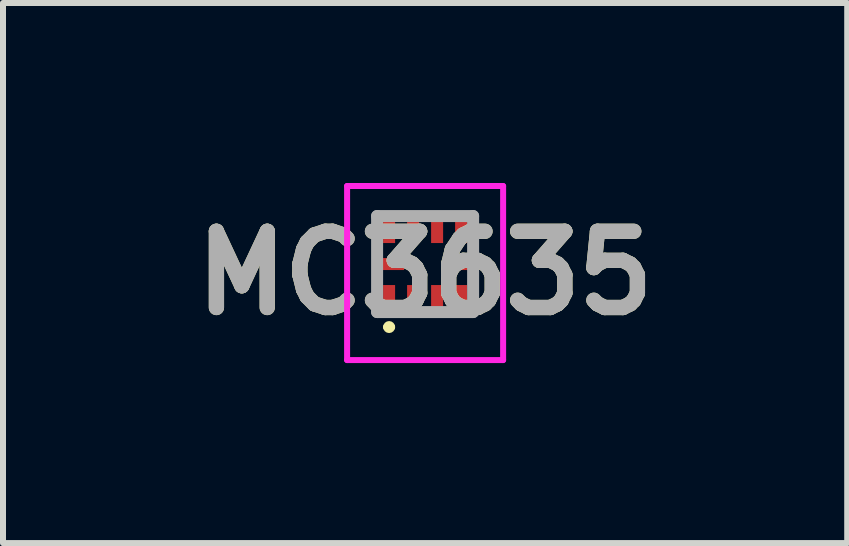
<source format=kicad_pcb>
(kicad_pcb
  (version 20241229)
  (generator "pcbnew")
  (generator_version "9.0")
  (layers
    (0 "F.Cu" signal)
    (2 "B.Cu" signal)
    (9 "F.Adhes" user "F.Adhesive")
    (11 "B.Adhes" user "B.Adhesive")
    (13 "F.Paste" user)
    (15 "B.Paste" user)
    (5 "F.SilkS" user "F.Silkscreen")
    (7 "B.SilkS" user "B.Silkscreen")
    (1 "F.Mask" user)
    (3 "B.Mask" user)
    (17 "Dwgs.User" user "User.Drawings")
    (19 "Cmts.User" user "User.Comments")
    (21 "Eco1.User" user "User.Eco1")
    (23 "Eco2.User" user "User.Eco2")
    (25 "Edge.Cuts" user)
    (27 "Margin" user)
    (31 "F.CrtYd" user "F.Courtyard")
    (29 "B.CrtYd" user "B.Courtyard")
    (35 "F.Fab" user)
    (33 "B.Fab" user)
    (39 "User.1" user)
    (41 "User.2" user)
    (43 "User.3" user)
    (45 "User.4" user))
  (footprint "MC3635"
    (layer "F.Cu")
    (at 4.034 1.35)
    (property "Reference" "MC3635" (at 0 0.15 0) (layer "F.SilkS") (effects (font (size 1.27 1.27) (thickness 0.254))))
    (attr smd)
    (fp_line (start -0.65 1.05) (end -0.65 1.05) (stroke (width 0.1) (type solid)) (layer "F.SilkS"))
    (fp_line (start -0.55 1.05) (end -0.55 1.05) (stroke (width 0.1) (type solid)) (layer "F.SilkS"))
    (fp_arc (start -0.65 1.05) (mid -0.6 1) (end -0.55 1.05) (stroke (width 0.1) (type solid)) (layer "F.SilkS"))
    (fp_arc (start -0.55 1.05) (mid -0.6 1.1) (end -0.65 1.05) (stroke (width 0.1) (type solid)) (layer "F.SilkS"))
    (fp_line (start -1.3 -1.3) (end 1.3 -1.3) (stroke (width 0.1) (type solid)) (layer "F.CrtYd"))
    (fp_line (start -1.3 1.6) (end -1.3 -1.3) (stroke (width 0.1) (type solid)) (layer "F.CrtYd"))
    (fp_line (start 1.3 -1.3) (end 1.3 1.6) (stroke (width 0.1) (type solid)) (layer "F.CrtYd"))
    (fp_line (start 1.3 1.6) (end -1.3 1.6) (stroke (width 0.1) (type solid)) (layer "F.CrtYd"))
    (fp_line (start -0.8 -0.8) (end 0.8 -0.8) (stroke (width 0.2) (type solid)) (layer "F.Fab"))
    (fp_line (start -0.8 0.8) (end -0.8 -0.8) (stroke (width 0.2) (type solid)) (layer "F.Fab"))
    (fp_line (start 0.8 -0.8) (end 0.8 0.8) (stroke (width 0.2) (type solid)) (layer "F.Fab"))
    (fp_line (start 0.8 0.8) (end -0.8 0.8) (stroke (width 0.2) (type solid)) (layer "F.Fab"))
    (fp_text user "${REFERENCE}" (at 0 0.15 0) (layer "F.Fab") (effects (font (size 1.27 1.27) (thickness 0.254))))
    (pad "1" smd rect (at -0.6 0.55) (size 0.2 0.4) (layers "F.Cu" "F.Mask" "F.Paste"))
    (pad "2" smd rect (at -0.2 0.55) (size 0.2 0.4) (layers "F.Cu" "F.Mask" "F.Paste"))
    (pad "3" smd rect (at 0.2 0.55) (size 0.2 0.4) (layers "F.Cu" "F.Mask" "F.Paste"))
    (pad "4" smd rect (at 0.6 0.55) (size 0.2 0.4) (layers "F.Cu" "F.Mask" "F.Paste"))
    (pad "5" smd rect (at 0.55 0 90) (size 0.2 0.4) (layers "F.Cu" "F.Mask" "F.Paste"))
    (pad "6" smd rect (at 0.6 -0.55) (size 0.2 0.4) (layers "F.Cu" "F.Mask" "F.Paste"))
    (pad "7" smd rect (at 0.2 -0.55) (size 0.2 0.4) (layers "F.Cu" "F.Mask" "F.Paste"))
    (pad "8" smd rect (at -0.2 -0.55) (size 0.2 0.4) (layers "F.Cu" "F.Mask" "F.Paste"))
    (pad "9" smd rect (at -0.6 -0.55) (size 0.2 0.4) (layers "F.Cu" "F.Mask" "F.Paste"))
    (pad "10" smd rect (at -0.55 0 90) (size 0.2 0.4) (layers "F.Cu" "F.Mask" "F.Paste")))
  (gr_rect
    (start -3 -3)
    (end 11.068 6)
    (stroke (width 0.1) (type default))
    (fill no)
    (layer "Edge.Cuts")))
</source>
